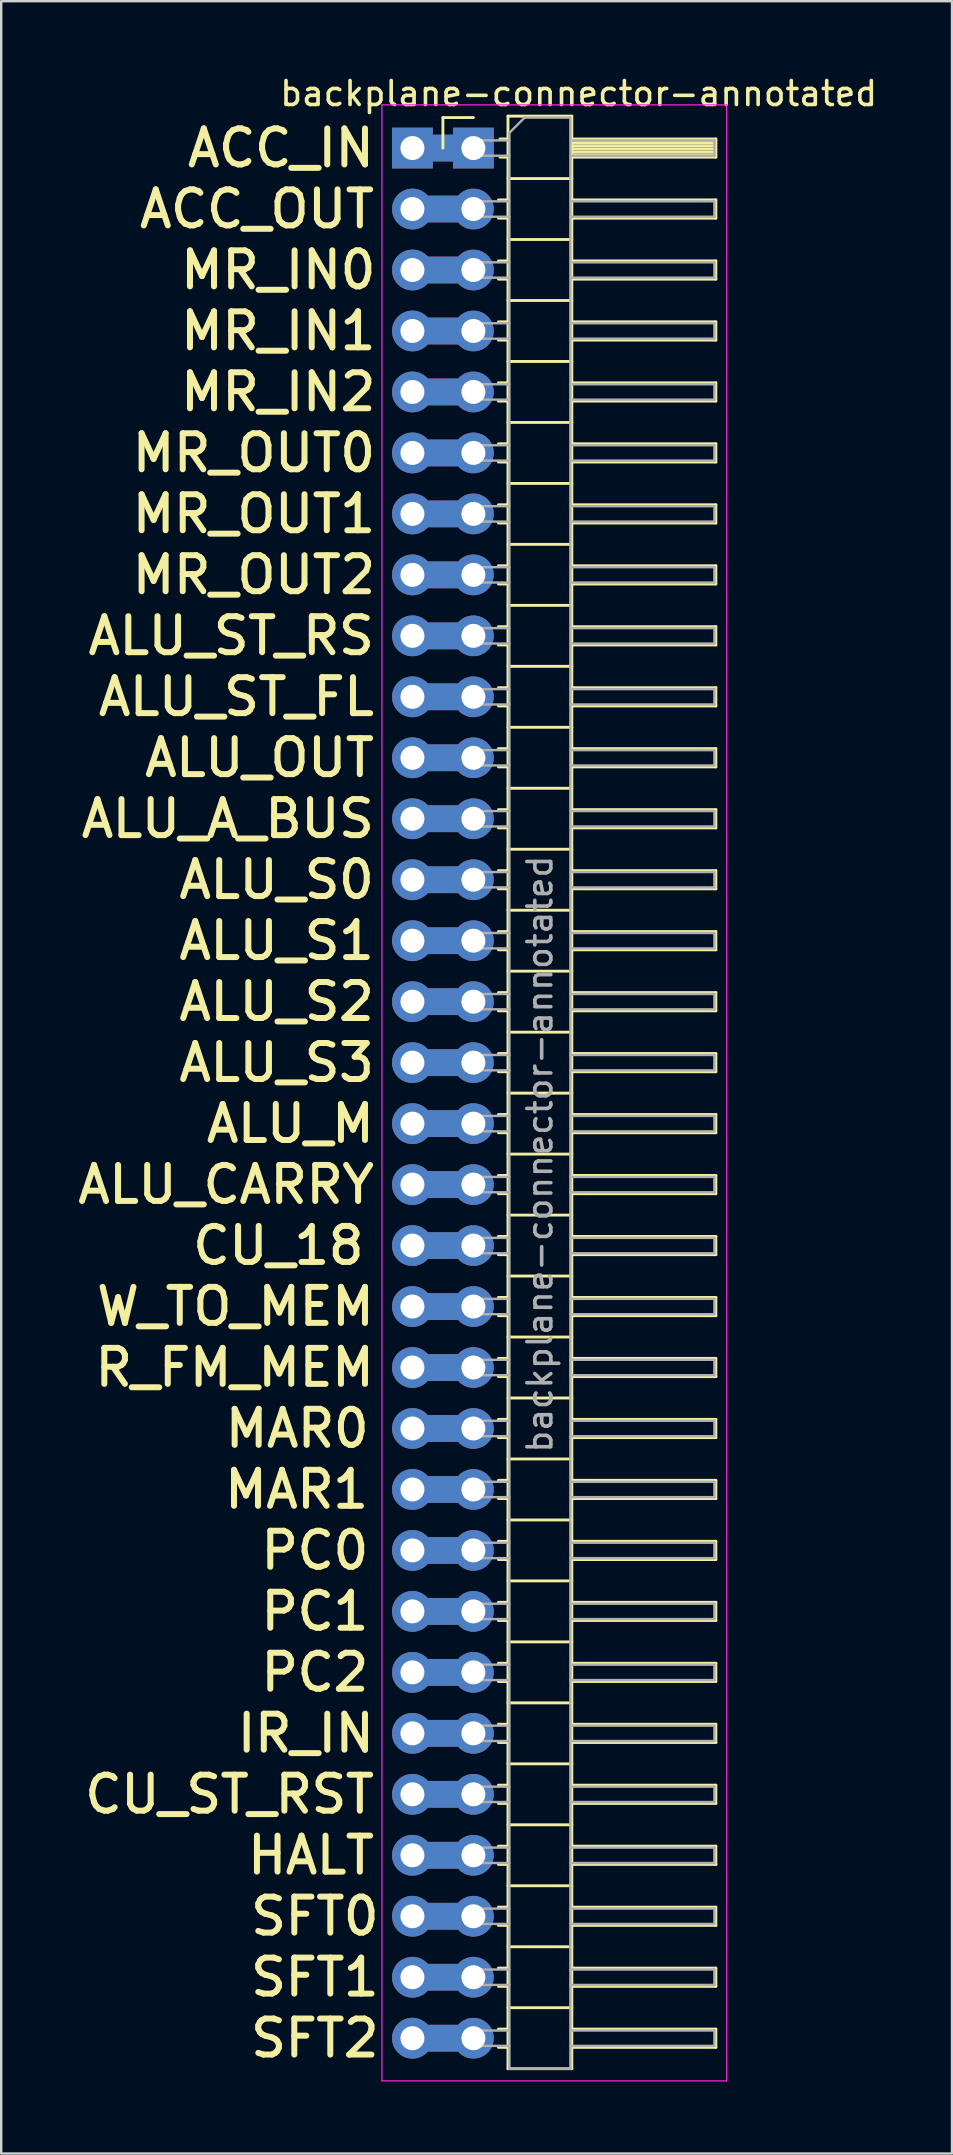
<source format=kicad_pcb>
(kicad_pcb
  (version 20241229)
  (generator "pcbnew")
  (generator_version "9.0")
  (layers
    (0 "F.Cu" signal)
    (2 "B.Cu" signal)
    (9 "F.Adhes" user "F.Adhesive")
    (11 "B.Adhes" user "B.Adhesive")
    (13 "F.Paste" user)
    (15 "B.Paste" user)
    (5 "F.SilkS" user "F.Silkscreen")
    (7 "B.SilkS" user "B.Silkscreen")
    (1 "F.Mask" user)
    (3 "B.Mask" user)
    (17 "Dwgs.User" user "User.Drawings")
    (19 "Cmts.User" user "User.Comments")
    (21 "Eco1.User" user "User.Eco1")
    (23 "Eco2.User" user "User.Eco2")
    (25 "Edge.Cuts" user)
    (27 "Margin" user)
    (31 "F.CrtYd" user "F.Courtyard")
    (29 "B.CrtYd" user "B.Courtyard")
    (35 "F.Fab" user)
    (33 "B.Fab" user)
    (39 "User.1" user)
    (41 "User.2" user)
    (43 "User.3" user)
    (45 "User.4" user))
  (footprint "backplane-connector-annotated"
    (layer "F.Cu")
    (at 16.671 3.118)
    (property "Reference" "backplane-connector-annotated" (at 4.385 -2.27 0) (layer "F.SilkS") (effects (font (size 1 1) (thickness 0.15))))
    (attr through_hole)
    (fp_line (start -1.27 -1.27) (end 0 -1.27) (stroke (width 0.12) (type solid)) (layer "F.SilkS"))
    (fp_line (start -1.27 0) (end -1.27 -1.27) (stroke (width 0.12) (type solid)) (layer "F.SilkS"))
    (fp_line (start 1.043 2.16) (end 1.44 2.16) (stroke (width 0.12) (type solid)) (layer "F.SilkS"))
    (fp_line (start 1.043 2.92) (end 1.44 2.92) (stroke (width 0.12) (type solid)) (layer "F.SilkS"))
    (fp_line (start 1.043 4.7) (end 1.44 4.7) (stroke (width 0.12) (type solid)) (layer "F.SilkS"))
    (fp_line (start 1.043 5.46) (end 1.44 5.46) (stroke (width 0.12) (type solid)) (layer "F.SilkS"))
    (fp_line (start 1.043 7.24) (end 1.44 7.24) (stroke (width 0.12) (type solid)) (layer "F.SilkS"))
    (fp_line (start 1.043 8) (end 1.44 8) (stroke (width 0.12) (type solid)) (layer "F.SilkS"))
    (fp_line (start 1.043 9.78) (end 1.44 9.78) (stroke (width 0.12) (type solid)) (layer "F.SilkS"))
    (fp_line (start 1.043 10.54) (end 1.44 10.54) (stroke (width 0.12) (type solid)) (layer "F.SilkS"))
    (fp_line (start 1.043 12.32) (end 1.44 12.32) (stroke (width 0.12) (type solid)) (layer "F.SilkS"))
    (fp_line (start 1.043 13.08) (end 1.44 13.08) (stroke (width 0.12) (type solid)) (layer "F.SilkS"))
    (fp_line (start 1.043 14.86) (end 1.44 14.86) (stroke (width 0.12) (type solid)) (layer "F.SilkS"))
    (fp_line (start 1.043 15.62) (end 1.44 15.62) (stroke (width 0.12) (type solid)) (layer "F.SilkS"))
    (fp_line (start 1.043 17.4) (end 1.44 17.4) (stroke (width 0.12) (type solid)) (layer "F.SilkS"))
    (fp_line (start 1.043 18.16) (end 1.44 18.16) (stroke (width 0.12) (type solid)) (layer "F.SilkS"))
    (fp_line (start 1.043 19.94) (end 1.44 19.94) (stroke (width 0.12) (type solid)) (layer "F.SilkS"))
    (fp_line (start 1.043 20.7) (end 1.44 20.7) (stroke (width 0.12) (type solid)) (layer "F.SilkS"))
    (fp_line (start 1.043 22.48) (end 1.44 22.48) (stroke (width 0.12) (type solid)) (layer "F.SilkS"))
    (fp_line (start 1.043 23.24) (end 1.44 23.24) (stroke (width 0.12) (type solid)) (layer "F.SilkS"))
    (fp_line (start 1.043 25.02) (end 1.44 25.02) (stroke (width 0.12) (type solid)) (layer "F.SilkS"))
    (fp_line (start 1.043 25.78) (end 1.44 25.78) (stroke (width 0.12) (type solid)) (layer "F.SilkS"))
    (fp_line (start 1.043 27.56) (end 1.44 27.56) (stroke (width 0.12) (type solid)) (layer "F.SilkS"))
    (fp_line (start 1.043 28.32) (end 1.44 28.32) (stroke (width 0.12) (type solid)) (layer "F.SilkS"))
    (fp_line (start 1.043 30.1) (end 1.44 30.1) (stroke (width 0.12) (type solid)) (layer "F.SilkS"))
    (fp_line (start 1.043 30.86) (end 1.44 30.86) (stroke (width 0.12) (type solid)) (layer "F.SilkS"))
    (fp_line (start 1.043 32.64) (end 1.44 32.64) (stroke (width 0.12) (type solid)) (layer "F.SilkS"))
    (fp_line (start 1.043 33.4) (end 1.44 33.4) (stroke (width 0.12) (type solid)) (layer "F.SilkS"))
    (fp_line (start 1.043 35.18) (end 1.44 35.18) (stroke (width 0.12) (type solid)) (layer "F.SilkS"))
    (fp_line (start 1.043 35.94) (end 1.44 35.94) (stroke (width 0.12) (type solid)) (layer "F.SilkS"))
    (fp_line (start 1.043 37.72) (end 1.44 37.72) (stroke (width 0.12) (type solid)) (layer "F.SilkS"))
    (fp_line (start 1.043 38.48) (end 1.44 38.48) (stroke (width 0.12) (type solid)) (layer "F.SilkS"))
    (fp_line (start 1.043 40.26) (end 1.44 40.26) (stroke (width 0.12) (type solid)) (layer "F.SilkS"))
    (fp_line (start 1.043 41.02) (end 1.44 41.02) (stroke (width 0.12) (type solid)) (layer "F.SilkS"))
    (fp_line (start 1.043 42.8) (end 1.44 42.8) (stroke (width 0.12) (type solid)) (layer "F.SilkS"))
    (fp_line (start 1.043 43.56) (end 1.44 43.56) (stroke (width 0.12) (type solid)) (layer "F.SilkS"))
    (fp_line (start 1.043 45.34) (end 1.44 45.34) (stroke (width 0.12) (type solid)) (layer "F.SilkS"))
    (fp_line (start 1.043 46.1) (end 1.44 46.1) (stroke (width 0.12) (type solid)) (layer "F.SilkS"))
    (fp_line (start 1.043 47.88) (end 1.44 47.88) (stroke (width 0.12) (type solid)) (layer "F.SilkS"))
    (fp_line (start 1.043 48.64) (end 1.44 48.64) (stroke (width 0.12) (type solid)) (layer "F.SilkS"))
    (fp_line (start 1.043 50.42) (end 1.44 50.42) (stroke (width 0.12) (type solid)) (layer "F.SilkS"))
    (fp_line (start 1.043 51.18) (end 1.44 51.18) (stroke (width 0.12) (type solid)) (layer "F.SilkS"))
    (fp_line (start 1.043 52.96) (end 1.44 52.96) (stroke (width 0.12) (type solid)) (layer "F.SilkS"))
    (fp_line (start 1.043 53.72) (end 1.44 53.72) (stroke (width 0.12) (type solid)) (layer "F.SilkS"))
    (fp_line (start 1.043 55.5) (end 1.44 55.5) (stroke (width 0.12) (type solid)) (layer "F.SilkS"))
    (fp_line (start 1.043 56.26) (end 1.44 56.26) (stroke (width 0.12) (type solid)) (layer "F.SilkS"))
    (fp_line (start 1.043 58.04) (end 1.44 58.04) (stroke (width 0.12) (type solid)) (layer "F.SilkS"))
    (fp_line (start 1.043 58.8) (end 1.44 58.8) (stroke (width 0.12) (type solid)) (layer "F.SilkS"))
    (fp_line (start 1.043 60.58) (end 1.44 60.58) (stroke (width 0.12) (type solid)) (layer "F.SilkS"))
    (fp_line (start 1.043 61.34) (end 1.44 61.34) (stroke (width 0.12) (type solid)) (layer "F.SilkS"))
    (fp_line (start 1.043 63.12) (end 1.44 63.12) (stroke (width 0.12) (type solid)) (layer "F.SilkS"))
    (fp_line (start 1.043 63.88) (end 1.44 63.88) (stroke (width 0.12) (type solid)) (layer "F.SilkS"))
    (fp_line (start 1.043 65.66) (end 1.44 65.66) (stroke (width 0.12) (type solid)) (layer "F.SilkS"))
    (fp_line (start 1.043 66.42) (end 1.44 66.42) (stroke (width 0.12) (type solid)) (layer "F.SilkS"))
    (fp_line (start 1.043 68.2) (end 1.44 68.2) (stroke (width 0.12) (type solid)) (layer "F.SilkS"))
    (fp_line (start 1.043 68.96) (end 1.44 68.96) (stroke (width 0.12) (type solid)) (layer "F.SilkS"))
    (fp_line (start 1.043 70.74) (end 1.44 70.74) (stroke (width 0.12) (type solid)) (layer "F.SilkS"))
    (fp_line (start 1.043 71.5) (end 1.44 71.5) (stroke (width 0.12) (type solid)) (layer "F.SilkS"))
    (fp_line (start 1.043 73.28) (end 1.44 73.28) (stroke (width 0.12) (type solid)) (layer "F.SilkS"))
    (fp_line (start 1.043 74.04) (end 1.44 74.04) (stroke (width 0.12) (type solid)) (layer "F.SilkS"))
    (fp_line (start 1.043 75.82) (end 1.44 75.82) (stroke (width 0.12) (type solid)) (layer "F.SilkS"))
    (fp_line (start 1.043 76.58) (end 1.44 76.58) (stroke (width 0.12) (type solid)) (layer "F.SilkS"))
    (fp_line (start 1.043 78.36) (end 1.44 78.36) (stroke (width 0.12) (type solid)) (layer "F.SilkS"))
    (fp_line (start 1.043 79.12) (end 1.44 79.12) (stroke (width 0.12) (type solid)) (layer "F.SilkS"))
    (fp_line (start 1.11 -0.38) (end 1.44 -0.38) (stroke (width 0.12) (type solid)) (layer "F.SilkS"))
    (fp_line (start 1.11 0.38) (end 1.44 0.38) (stroke (width 0.12) (type solid)) (layer "F.SilkS"))
    (fp_line (start 1.44 -1.33) (end 1.44 80.01) (stroke (width 0.12) (type solid)) (layer "F.SilkS"))
    (fp_line (start 1.44 1.27) (end 4.1 1.27) (stroke (width 0.12) (type solid)) (layer "F.SilkS"))
    (fp_line (start 1.44 3.81) (end 4.1 3.81) (stroke (width 0.12) (type solid)) (layer "F.SilkS"))
    (fp_line (start 1.44 6.35) (end 4.1 6.35) (stroke (width 0.12) (type solid)) (layer "F.SilkS"))
    (fp_line (start 1.44 8.89) (end 4.1 8.89) (stroke (width 0.12) (type solid)) (layer "F.SilkS"))
    (fp_line (start 1.44 11.43) (end 4.1 11.43) (stroke (width 0.12) (type solid)) (layer "F.SilkS"))
    (fp_line (start 1.44 13.97) (end 4.1 13.97) (stroke (width 0.12) (type solid)) (layer "F.SilkS"))
    (fp_line (start 1.44 16.51) (end 4.1 16.51) (stroke (width 0.12) (type solid)) (layer "F.SilkS"))
    (fp_line (start 1.44 19.05) (end 4.1 19.05) (stroke (width 0.12) (type solid)) (layer "F.SilkS"))
    (fp_line (start 1.44 21.59) (end 4.1 21.59) (stroke (width 0.12) (type solid)) (layer "F.SilkS"))
    (fp_line (start 1.44 24.13) (end 4.1 24.13) (stroke (width 0.12) (type solid)) (layer "F.SilkS"))
    (fp_line (start 1.44 26.67) (end 4.1 26.67) (stroke (width 0.12) (type solid)) (layer "F.SilkS"))
    (fp_line (start 1.44 29.21) (end 4.1 29.21) (stroke (width 0.12) (type solid)) (layer "F.SilkS"))
    (fp_line (start 1.44 31.75) (end 4.1 31.75) (stroke (width 0.12) (type solid)) (layer "F.SilkS"))
    (fp_line (start 1.44 34.29) (end 4.1 34.29) (stroke (width 0.12) (type solid)) (layer "F.SilkS"))
    (fp_line (start 1.44 36.83) (end 4.1 36.83) (stroke (width 0.12) (type solid)) (layer "F.SilkS"))
    (fp_line (start 1.44 39.37) (end 4.1 39.37) (stroke (width 0.12) (type solid)) (layer "F.SilkS"))
    (fp_line (start 1.44 41.91) (end 4.1 41.91) (stroke (width 0.12) (type solid)) (layer "F.SilkS"))
    (fp_line (start 1.44 44.45) (end 4.1 44.45) (stroke (width 0.12) (type solid)) (layer "F.SilkS"))
    (fp_line (start 1.44 46.99) (end 4.1 46.99) (stroke (width 0.12) (type solid)) (layer "F.SilkS"))
    (fp_line (start 1.44 49.53) (end 4.1 49.53) (stroke (width 0.12) (type solid)) (layer "F.SilkS"))
    (fp_line (start 1.44 52.07) (end 4.1 52.07) (stroke (width 0.12) (type solid)) (layer "F.SilkS"))
    (fp_line (start 1.44 54.61) (end 4.1 54.61) (stroke (width 0.12) (type solid)) (layer "F.SilkS"))
    (fp_line (start 1.44 57.15) (end 4.1 57.15) (stroke (width 0.12) (type solid)) (layer "F.SilkS"))
    (fp_line (start 1.44 59.69) (end 4.1 59.69) (stroke (width 0.12) (type solid)) (layer "F.SilkS"))
    (fp_line (start 1.44 62.23) (end 4.1 62.23) (stroke (width 0.12) (type solid)) (layer "F.SilkS"))
    (fp_line (start 1.44 64.77) (end 4.1 64.77) (stroke (width 0.12) (type solid)) (layer "F.SilkS"))
    (fp_line (start 1.44 67.31) (end 4.1 67.31) (stroke (width 0.12) (type solid)) (layer "F.SilkS"))
    (fp_line (start 1.44 69.85) (end 4.1 69.85) (stroke (width 0.12) (type solid)) (layer "F.SilkS"))
    (fp_line (start 1.44 72.39) (end 4.1 72.39) (stroke (width 0.12) (type solid)) (layer "F.SilkS"))
    (fp_line (start 1.44 74.93) (end 4.1 74.93) (stroke (width 0.12) (type solid)) (layer "F.SilkS"))
    (fp_line (start 1.44 77.47) (end 4.1 77.47) (stroke (width 0.12) (type solid)) (layer "F.SilkS"))
    (fp_line (start 1.44 80.01) (end 4.1 80.01) (stroke (width 0.12) (type solid)) (layer "F.SilkS"))
    (fp_line (start 4.1 -1.33) (end 1.44 -1.33) (stroke (width 0.12) (type solid)) (layer "F.SilkS"))
    (fp_line (start 4.1 -0.38) (end 10.1 -0.38) (stroke (width 0.12) (type solid)) (layer "F.SilkS"))
    (fp_line (start 4.1 -0.32) (end 10.1 -0.32) (stroke (width 0.12) (type solid)) (layer "F.SilkS"))
    (fp_line (start 4.1 -0.2) (end 10.1 -0.2) (stroke (width 0.12) (type solid)) (layer "F.SilkS"))
    (fp_line (start 4.1 -0.08) (end 10.1 -0.08) (stroke (width 0.12) (type solid)) (layer "F.SilkS"))
    (fp_line (start 4.1 0.04) (end 10.1 0.04) (stroke (width 0.12) (type solid)) (layer "F.SilkS"))
    (fp_line (start 4.1 0.16) (end 10.1 0.16) (stroke (width 0.12) (type solid)) (layer "F.SilkS"))
    (fp_line (start 4.1 0.28) (end 10.1 0.28) (stroke (width 0.12) (type solid)) (layer "F.SilkS"))
    (fp_line (start 4.1 2.16) (end 10.1 2.16) (stroke (width 0.12) (type solid)) (layer "F.SilkS"))
    (fp_line (start 4.1 4.7) (end 10.1 4.7) (stroke (width 0.12) (type solid)) (layer "F.SilkS"))
    (fp_line (start 4.1 7.24) (end 10.1 7.24) (stroke (width 0.12) (type solid)) (layer "F.SilkS"))
    (fp_line (start 4.1 9.78) (end 10.1 9.78) (stroke (width 0.12) (type solid)) (layer "F.SilkS"))
    (fp_line (start 4.1 12.32) (end 10.1 12.32) (stroke (width 0.12) (type solid)) (layer "F.SilkS"))
    (fp_line (start 4.1 14.86) (end 10.1 14.86) (stroke (width 0.12) (type solid)) (layer "F.SilkS"))
    (fp_line (start 4.1 17.4) (end 10.1 17.4) (stroke (width 0.12) (type solid)) (layer "F.SilkS"))
    (fp_line (start 4.1 19.94) (end 10.1 19.94) (stroke (width 0.12) (type solid)) (layer "F.SilkS"))
    (fp_line (start 4.1 22.48) (end 10.1 22.48) (stroke (width 0.12) (type solid)) (layer "F.SilkS"))
    (fp_line (start 4.1 25.02) (end 10.1 25.02) (stroke (width 0.12) (type solid)) (layer "F.SilkS"))
    (fp_line (start 4.1 27.56) (end 10.1 27.56) (stroke (width 0.12) (type solid)) (layer "F.SilkS"))
    (fp_line (start 4.1 30.1) (end 10.1 30.1) (stroke (width 0.12) (type solid)) (layer "F.SilkS"))
    (fp_line (start 4.1 32.64) (end 10.1 32.64) (stroke (width 0.12) (type solid)) (layer "F.SilkS"))
    (fp_line (start 4.1 35.18) (end 10.1 35.18) (stroke (width 0.12) (type solid)) (layer "F.SilkS"))
    (fp_line (start 4.1 37.72) (end 10.1 37.72) (stroke (width 0.12) (type solid)) (layer "F.SilkS"))
    (fp_line (start 4.1 40.26) (end 10.1 40.26) (stroke (width 0.12) (type solid)) (layer "F.SilkS"))
    (fp_line (start 4.1 42.8) (end 10.1 42.8) (stroke (width 0.12) (type solid)) (layer "F.SilkS"))
    (fp_line (start 4.1 45.34) (end 10.1 45.34) (stroke (width 0.12) (type solid)) (layer "F.SilkS"))
    (fp_line (start 4.1 47.88) (end 10.1 47.88) (stroke (width 0.12) (type solid)) (layer "F.SilkS"))
    (fp_line (start 4.1 50.42) (end 10.1 50.42) (stroke (width 0.12) (type solid)) (layer "F.SilkS"))
    (fp_line (start 4.1 52.96) (end 10.1 52.96) (stroke (width 0.12) (type solid)) (layer "F.SilkS"))
    (fp_line (start 4.1 55.5) (end 10.1 55.5) (stroke (width 0.12) (type solid)) (layer "F.SilkS"))
    (fp_line (start 4.1 58.04) (end 10.1 58.04) (stroke (width 0.12) (type solid)) (layer "F.SilkS"))
    (fp_line (start 4.1 60.58) (end 10.1 60.58) (stroke (width 0.12) (type solid)) (layer "F.SilkS"))
    (fp_line (start 4.1 63.12) (end 10.1 63.12) (stroke (width 0.12) (type solid)) (layer "F.SilkS"))
    (fp_line (start 4.1 65.66) (end 10.1 65.66) (stroke (width 0.12) (type solid)) (layer "F.SilkS"))
    (fp_line (start 4.1 68.2) (end 10.1 68.2) (stroke (width 0.12) (type solid)) (layer "F.SilkS"))
    (fp_line (start 4.1 70.74) (end 10.1 70.74) (stroke (width 0.12) (type solid)) (layer "F.SilkS"))
    (fp_line (start 4.1 73.28) (end 10.1 73.28) (stroke (width 0.12) (type solid)) (layer "F.SilkS"))
    (fp_line (start 4.1 75.82) (end 10.1 75.82) (stroke (width 0.12) (type solid)) (layer "F.SilkS"))
    (fp_line (start 4.1 78.36) (end 10.1 78.36) (stroke (width 0.12) (type solid)) (layer "F.SilkS"))
    (fp_line (start 4.1 80.01) (end 4.1 -1.33) (stroke (width 0.12) (type solid)) (layer "F.SilkS"))
    (fp_line (start 10.1 -0.38) (end 10.1 0.38) (stroke (width 0.12) (type solid)) (layer "F.SilkS"))
    (fp_line (start 10.1 0.38) (end 4.1 0.38) (stroke (width 0.12) (type solid)) (layer "F.SilkS"))
    (fp_line (start 10.1 2.16) (end 10.1 2.92) (stroke (width 0.12) (type solid)) (layer "F.SilkS"))
    (fp_line (start 10.1 2.92) (end 4.1 2.92) (stroke (width 0.12) (type solid)) (layer "F.SilkS"))
    (fp_line (start 10.1 4.7) (end 10.1 5.46) (stroke (width 0.12) (type solid)) (layer "F.SilkS"))
    (fp_line (start 10.1 5.46) (end 4.1 5.46) (stroke (width 0.12) (type solid)) (layer "F.SilkS"))
    (fp_line (start 10.1 7.24) (end 10.1 8) (stroke (width 0.12) (type solid)) (layer "F.SilkS"))
    (fp_line (start 10.1 8) (end 4.1 8) (stroke (width 0.12) (type solid)) (layer "F.SilkS"))
    (fp_line (start 10.1 9.78) (end 10.1 10.54) (stroke (width 0.12) (type solid)) (layer "F.SilkS"))
    (fp_line (start 10.1 10.54) (end 4.1 10.54) (stroke (width 0.12) (type solid)) (layer "F.SilkS"))
    (fp_line (start 10.1 12.32) (end 10.1 13.08) (stroke (width 0.12) (type solid)) (layer "F.SilkS"))
    (fp_line (start 10.1 13.08) (end 4.1 13.08) (stroke (width 0.12) (type solid)) (layer "F.SilkS"))
    (fp_line (start 10.1 14.86) (end 10.1 15.62) (stroke (width 0.12) (type solid)) (layer "F.SilkS"))
    (fp_line (start 10.1 15.62) (end 4.1 15.62) (stroke (width 0.12) (type solid)) (layer "F.SilkS"))
    (fp_line (start 10.1 17.4) (end 10.1 18.16) (stroke (width 0.12) (type solid)) (layer "F.SilkS"))
    (fp_line (start 10.1 18.16) (end 4.1 18.16) (stroke (width 0.12) (type solid)) (layer "F.SilkS"))
    (fp_line (start 10.1 19.94) (end 10.1 20.7) (stroke (width 0.12) (type solid)) (layer "F.SilkS"))
    (fp_line (start 10.1 20.7) (end 4.1 20.7) (stroke (width 0.12) (type solid)) (layer "F.SilkS"))
    (fp_line (start 10.1 22.48) (end 10.1 23.24) (stroke (width 0.12) (type solid)) (layer "F.SilkS"))
    (fp_line (start 10.1 23.24) (end 4.1 23.24) (stroke (width 0.12) (type solid)) (layer "F.SilkS"))
    (fp_line (start 10.1 25.02) (end 10.1 25.78) (stroke (width 0.12) (type solid)) (layer "F.SilkS"))
    (fp_line (start 10.1 25.78) (end 4.1 25.78) (stroke (width 0.12) (type solid)) (layer "F.SilkS"))
    (fp_line (start 10.1 27.56) (end 10.1 28.32) (stroke (width 0.12) (type solid)) (layer "F.SilkS"))
    (fp_line (start 10.1 28.32) (end 4.1 28.32) (stroke (width 0.12) (type solid)) (layer "F.SilkS"))
    (fp_line (start 10.1 30.1) (end 10.1 30.86) (stroke (width 0.12) (type solid)) (layer "F.SilkS"))
    (fp_line (start 10.1 30.86) (end 4.1 30.86) (stroke (width 0.12) (type solid)) (layer "F.SilkS"))
    (fp_line (start 10.1 32.64) (end 10.1 33.4) (stroke (width 0.12) (type solid)) (layer "F.SilkS"))
    (fp_line (start 10.1 33.4) (end 4.1 33.4) (stroke (width 0.12) (type solid)) (layer "F.SilkS"))
    (fp_line (start 10.1 35.18) (end 10.1 35.94) (stroke (width 0.12) (type solid)) (layer "F.SilkS"))
    (fp_line (start 10.1 35.94) (end 4.1 35.94) (stroke (width 0.12) (type solid)) (layer "F.SilkS"))
    (fp_line (start 10.1 37.72) (end 10.1 38.48) (stroke (width 0.12) (type solid)) (layer "F.SilkS"))
    (fp_line (start 10.1 38.48) (end 4.1 38.48) (stroke (width 0.12) (type solid)) (layer "F.SilkS"))
    (fp_line (start 10.1 40.26) (end 10.1 41.02) (stroke (width 0.12) (type solid)) (layer "F.SilkS"))
    (fp_line (start 10.1 41.02) (end 4.1 41.02) (stroke (width 0.12) (type solid)) (layer "F.SilkS"))
    (fp_line (start 10.1 42.8) (end 10.1 43.56) (stroke (width 0.12) (type solid)) (layer "F.SilkS"))
    (fp_line (start 10.1 43.56) (end 4.1 43.56) (stroke (width 0.12) (type solid)) (layer "F.SilkS"))
    (fp_line (start 10.1 45.34) (end 10.1 46.1) (stroke (width 0.12) (type solid)) (layer "F.SilkS"))
    (fp_line (start 10.1 46.1) (end 4.1 46.1) (stroke (width 0.12) (type solid)) (layer "F.SilkS"))
    (fp_line (start 10.1 47.88) (end 10.1 48.64) (stroke (width 0.12) (type solid)) (layer "F.SilkS"))
    (fp_line (start 10.1 48.64) (end 4.1 48.64) (stroke (width 0.12) (type solid)) (layer "F.SilkS"))
    (fp_line (start 10.1 50.42) (end 10.1 51.18) (stroke (width 0.12) (type solid)) (layer "F.SilkS"))
    (fp_line (start 10.1 51.18) (end 4.1 51.18) (stroke (width 0.12) (type solid)) (layer "F.SilkS"))
    (fp_line (start 10.1 52.96) (end 10.1 53.72) (stroke (width 0.12) (type solid)) (layer "F.SilkS"))
    (fp_line (start 10.1 53.72) (end 4.1 53.72) (stroke (width 0.12) (type solid)) (layer "F.SilkS"))
    (fp_line (start 10.1 55.5) (end 10.1 56.26) (stroke (width 0.12) (type solid)) (layer "F.SilkS"))
    (fp_line (start 10.1 56.26) (end 4.1 56.26) (stroke (width 0.12) (type solid)) (layer "F.SilkS"))
    (fp_line (start 10.1 58.04) (end 10.1 58.8) (stroke (width 0.12) (type solid)) (layer "F.SilkS"))
    (fp_line (start 10.1 58.8) (end 4.1 58.8) (stroke (width 0.12) (type solid)) (layer "F.SilkS"))
    (fp_line (start 10.1 60.58) (end 10.1 61.34) (stroke (width 0.12) (type solid)) (layer "F.SilkS"))
    (fp_line (start 10.1 61.34) (end 4.1 61.34) (stroke (width 0.12) (type solid)) (layer "F.SilkS"))
    (fp_line (start 10.1 63.12) (end 10.1 63.88) (stroke (width 0.12) (type solid)) (layer "F.SilkS"))
    (fp_line (start 10.1 63.88) (end 4.1 63.88) (stroke (width 0.12) (type solid)) (layer "F.SilkS"))
    (fp_line (start 10.1 65.66) (end 10.1 66.42) (stroke (width 0.12) (type solid)) (layer "F.SilkS"))
    (fp_line (start 10.1 66.42) (end 4.1 66.42) (stroke (width 0.12) (type solid)) (layer "F.SilkS"))
    (fp_line (start 10.1 68.2) (end 10.1 68.96) (stroke (width 0.12) (type solid)) (layer "F.SilkS"))
    (fp_line (start 10.1 68.96) (end 4.1 68.96) (stroke (width 0.12) (type solid)) (layer "F.SilkS"))
    (fp_line (start 10.1 70.74) (end 10.1 71.5) (stroke (width 0.12) (type solid)) (layer "F.SilkS"))
    (fp_line (start 10.1 71.5) (end 4.1 71.5) (stroke (width 0.12) (type solid)) (layer "F.SilkS"))
    (fp_line (start 10.1 73.28) (end 10.1 74.04) (stroke (width 0.12) (type solid)) (layer "F.SilkS"))
    (fp_line (start 10.1 74.04) (end 4.1 74.04) (stroke (width 0.12) (type solid)) (layer "F.SilkS"))
    (fp_line (start 10.1 75.82) (end 10.1 76.58) (stroke (width 0.12) (type solid)) (layer "F.SilkS"))
    (fp_line (start 10.1 76.58) (end 4.1 76.58) (stroke (width 0.12) (type solid)) (layer "F.SilkS"))
    (fp_line (start 10.1 78.36) (end 10.1 79.12) (stroke (width 0.12) (type solid)) (layer "F.SilkS"))
    (fp_line (start 10.1 79.12) (end 4.1 79.12) (stroke (width 0.12) (type solid)) (layer "F.SilkS"))
    (fp_line (start -3.81 -1.8) (end -3.81 80.518) (stroke (width 0.05) (type solid)) (layer "F.CrtYd"))
    (fp_line (start -3.81 80.518) (end 10.55 80.518) (stroke (width 0.05) (type solid)) (layer "F.CrtYd"))
    (fp_line (start 10.55 -1.8) (end -3.81 -1.8) (stroke (width 0.05) (type solid)) (layer "F.CrtYd"))
    (fp_line (start 10.55 80.518) (end 10.55 -1.8) (stroke (width 0.05) (type solid)) (layer "F.CrtYd"))
    (fp_line (start -0.32 -0.32) (end -0.32 0.32) (stroke (width 0.1) (type solid)) (layer "F.Fab"))
    (fp_line (start -0.32 -0.32) (end 1.5 -0.32) (stroke (width 0.1) (type solid)) (layer "F.Fab"))
    (fp_line (start -0.32 0.32) (end 1.5 0.32) (stroke (width 0.1) (type solid)) (layer "F.Fab"))
    (fp_line (start -0.32 2.22) (end -0.32 2.86) (stroke (width 0.1) (type solid)) (layer "F.Fab"))
    (fp_line (start -0.32 2.22) (end 1.5 2.22) (stroke (width 0.1) (type solid)) (layer "F.Fab"))
    (fp_line (start -0.32 2.86) (end 1.5 2.86) (stroke (width 0.1) (type solid)) (layer "F.Fab"))
    (fp_line (start -0.32 4.76) (end -0.32 5.4) (stroke (width 0.1) (type solid)) (layer "F.Fab"))
    (fp_line (start -0.32 4.76) (end 1.5 4.76) (stroke (width 0.1) (type solid)) (layer "F.Fab"))
    (fp_line (start -0.32 5.4) (end 1.5 5.4) (stroke (width 0.1) (type solid)) (layer "F.Fab"))
    (fp_line (start -0.32 7.3) (end -0.32 7.94) (stroke (width 0.1) (type solid)) (layer "F.Fab"))
    (fp_line (start -0.32 7.3) (end 1.5 7.3) (stroke (width 0.1) (type solid)) (layer "F.Fab"))
    (fp_line (start -0.32 7.94) (end 1.5 7.94) (stroke (width 0.1) (type solid)) (layer "F.Fab"))
    (fp_line (start -0.32 9.84) (end -0.32 10.48) (stroke (width 0.1) (type solid)) (layer "F.Fab"))
    (fp_line (start -0.32 9.84) (end 1.5 9.84) (stroke (width 0.1) (type solid)) (layer "F.Fab"))
    (fp_line (start -0.32 10.48) (end 1.5 10.48) (stroke (width 0.1) (type solid)) (layer "F.Fab"))
    (fp_line (start -0.32 12.38) (end -0.32 13.02) (stroke (width 0.1) (type solid)) (layer "F.Fab"))
    (fp_line (start -0.32 12.38) (end 1.5 12.38) (stroke (width 0.1) (type solid)) (layer "F.Fab"))
    (fp_line (start -0.32 13.02) (end 1.5 13.02) (stroke (width 0.1) (type solid)) (layer "F.Fab"))
    (fp_line (start -0.32 14.92) (end -0.32 15.56) (stroke (width 0.1) (type solid)) (layer "F.Fab"))
    (fp_line (start -0.32 14.92) (end 1.5 14.92) (stroke (width 0.1) (type solid)) (layer "F.Fab"))
    (fp_line (start -0.32 15.56) (end 1.5 15.56) (stroke (width 0.1) (type solid)) (layer "F.Fab"))
    (fp_line (start -0.32 17.46) (end -0.32 18.1) (stroke (width 0.1) (type solid)) (layer "F.Fab"))
    (fp_line (start -0.32 17.46) (end 1.5 17.46) (stroke (width 0.1) (type solid)) (layer "F.Fab"))
    (fp_line (start -0.32 18.1) (end 1.5 18.1) (stroke (width 0.1) (type solid)) (layer "F.Fab"))
    (fp_line (start -0.32 20) (end -0.32 20.64) (stroke (width 0.1) (type solid)) (layer "F.Fab"))
    (fp_line (start -0.32 20) (end 1.5 20) (stroke (width 0.1) (type solid)) (layer "F.Fab"))
    (fp_line (start -0.32 20.64) (end 1.5 20.64) (stroke (width 0.1) (type solid)) (layer "F.Fab"))
    (fp_line (start -0.32 22.54) (end -0.32 23.18) (stroke (width 0.1) (type solid)) (layer "F.Fab"))
    (fp_line (start -0.32 22.54) (end 1.5 22.54) (stroke (width 0.1) (type solid)) (layer "F.Fab"))
    (fp_line (start -0.32 23.18) (end 1.5 23.18) (stroke (width 0.1) (type solid)) (layer "F.Fab"))
    (fp_line (start -0.32 25.08) (end -0.32 25.72) (stroke (width 0.1) (type solid)) (layer "F.Fab"))
    (fp_line (start -0.32 25.08) (end 1.5 25.08) (stroke (width 0.1) (type solid)) (layer "F.Fab"))
    (fp_line (start -0.32 25.72) (end 1.5 25.72) (stroke (width 0.1) (type solid)) (layer "F.Fab"))
    (fp_line (start -0.32 27.62) (end -0.32 28.26) (stroke (width 0.1) (type solid)) (layer "F.Fab"))
    (fp_line (start -0.32 27.62) (end 1.5 27.62) (stroke (width 0.1) (type solid)) (layer "F.Fab"))
    (fp_line (start -0.32 28.26) (end 1.5 28.26) (stroke (width 0.1) (type solid)) (layer "F.Fab"))
    (fp_line (start -0.32 30.16) (end -0.32 30.8) (stroke (width 0.1) (type solid)) (layer "F.Fab"))
    (fp_line (start -0.32 30.16) (end 1.5 30.16) (stroke (width 0.1) (type solid)) (layer "F.Fab"))
    (fp_line (start -0.32 30.8) (end 1.5 30.8) (stroke (width 0.1) (type solid)) (layer "F.Fab"))
    (fp_line (start -0.32 32.7) (end -0.32 33.34) (stroke (width 0.1) (type solid)) (layer "F.Fab"))
    (fp_line (start -0.32 32.7) (end 1.5 32.7) (stroke (width 0.1) (type solid)) (layer "F.Fab"))
    (fp_line (start -0.32 33.34) (end 1.5 33.34) (stroke (width 0.1) (type solid)) (layer "F.Fab"))
    (fp_line (start -0.32 35.24) (end -0.32 35.88) (stroke (width 0.1) (type solid)) (layer "F.Fab"))
    (fp_line (start -0.32 35.24) (end 1.5 35.24) (stroke (width 0.1) (type solid)) (layer "F.Fab"))
    (fp_line (start -0.32 35.88) (end 1.5 35.88) (stroke (width 0.1) (type solid)) (layer "F.Fab"))
    (fp_line (start -0.32 37.78) (end -0.32 38.42) (stroke (width 0.1) (type solid)) (layer "F.Fab"))
    (fp_line (start -0.32 37.78) (end 1.5 37.78) (stroke (width 0.1) (type solid)) (layer "F.Fab"))
    (fp_line (start -0.32 38.42) (end 1.5 38.42) (stroke (width 0.1) (type solid)) (layer "F.Fab"))
    (fp_line (start -0.32 40.32) (end -0.32 40.96) (stroke (width 0.1) (type solid)) (layer "F.Fab"))
    (fp_line (start -0.32 40.32) (end 1.5 40.32) (stroke (width 0.1) (type solid)) (layer "F.Fab"))
    (fp_line (start -0.32 40.96) (end 1.5 40.96) (stroke (width 0.1) (type solid)) (layer "F.Fab"))
    (fp_line (start -0.32 42.86) (end -0.32 43.5) (stroke (width 0.1) (type solid)) (layer "F.Fab"))
    (fp_line (start -0.32 42.86) (end 1.5 42.86) (stroke (width 0.1) (type solid)) (layer "F.Fab"))
    (fp_line (start -0.32 43.5) (end 1.5 43.5) (stroke (width 0.1) (type solid)) (layer "F.Fab"))
    (fp_line (start -0.32 45.4) (end -0.32 46.04) (stroke (width 0.1) (type solid)) (layer "F.Fab"))
    (fp_line (start -0.32 45.4) (end 1.5 45.4) (stroke (width 0.1) (type solid)) (layer "F.Fab"))
    (fp_line (start -0.32 46.04) (end 1.5 46.04) (stroke (width 0.1) (type solid)) (layer "F.Fab"))
    (fp_line (start -0.32 47.94) (end -0.32 48.58) (stroke (width 0.1) (type solid)) (layer "F.Fab"))
    (fp_line (start -0.32 47.94) (end 1.5 47.94) (stroke (width 0.1) (type solid)) (layer "F.Fab"))
    (fp_line (start -0.32 48.58) (end 1.5 48.58) (stroke (width 0.1) (type solid)) (layer "F.Fab"))
    (fp_line (start -0.32 50.48) (end -0.32 51.12) (stroke (width 0.1) (type solid)) (layer "F.Fab"))
    (fp_line (start -0.32 50.48) (end 1.5 50.48) (stroke (width 0.1) (type solid)) (layer "F.Fab"))
    (fp_line (start -0.32 51.12) (end 1.5 51.12) (stroke (width 0.1) (type solid)) (layer "F.Fab"))
    (fp_line (start -0.32 53.02) (end -0.32 53.66) (stroke (width 0.1) (type solid)) (layer "F.Fab"))
    (fp_line (start -0.32 53.02) (end 1.5 53.02) (stroke (width 0.1) (type solid)) (layer "F.Fab"))
    (fp_line (start -0.32 53.66) (end 1.5 53.66) (stroke (width 0.1) (type solid)) (layer "F.Fab"))
    (fp_line (start -0.32 55.56) (end -0.32 56.2) (stroke (width 0.1) (type solid)) (layer "F.Fab"))
    (fp_line (start -0.32 55.56) (end 1.5 55.56) (stroke (width 0.1) (type solid)) (layer "F.Fab"))
    (fp_line (start -0.32 56.2) (end 1.5 56.2) (stroke (width 0.1) (type solid)) (layer "F.Fab"))
    (fp_line (start -0.32 58.1) (end -0.32 58.74) (stroke (width 0.1) (type solid)) (layer "F.Fab"))
    (fp_line (start -0.32 58.1) (end 1.5 58.1) (stroke (width 0.1) (type solid)) (layer "F.Fab"))
    (fp_line (start -0.32 58.74) (end 1.5 58.74) (stroke (width 0.1) (type solid)) (layer "F.Fab"))
    (fp_line (start -0.32 60.64) (end -0.32 61.28) (stroke (width 0.1) (type solid)) (layer "F.Fab"))
    (fp_line (start -0.32 60.64) (end 1.5 60.64) (stroke (width 0.1) (type solid)) (layer "F.Fab"))
    (fp_line (start -0.32 61.28) (end 1.5 61.28) (stroke (width 0.1) (type solid)) (layer "F.Fab"))
    (fp_line (start -0.32 63.18) (end -0.32 63.82) (stroke (width 0.1) (type solid)) (layer "F.Fab"))
    (fp_line (start -0.32 63.18) (end 1.5 63.18) (stroke (width 0.1) (type solid)) (layer "F.Fab"))
    (fp_line (start -0.32 63.82) (end 1.5 63.82) (stroke (width 0.1) (type solid)) (layer "F.Fab"))
    (fp_line (start -0.32 65.72) (end -0.32 66.36) (stroke (width 0.1) (type solid)) (layer "F.Fab"))
    (fp_line (start -0.32 65.72) (end 1.5 65.72) (stroke (width 0.1) (type solid)) (layer "F.Fab"))
    (fp_line (start -0.32 66.36) (end 1.5 66.36) (stroke (width 0.1) (type solid)) (layer "F.Fab"))
    (fp_line (start -0.32 68.26) (end -0.32 68.9) (stroke (width 0.1) (type solid)) (layer "F.Fab"))
    (fp_line (start -0.32 68.26) (end 1.5 68.26) (stroke (width 0.1) (type solid)) (layer "F.Fab"))
    (fp_line (start -0.32 68.9) (end 1.5 68.9) (stroke (width 0.1) (type solid)) (layer "F.Fab"))
    (fp_line (start -0.32 70.8) (end -0.32 71.44) (stroke (width 0.1) (type solid)) (layer "F.Fab"))
    (fp_line (start -0.32 70.8) (end 1.5 70.8) (stroke (width 0.1) (type solid)) (layer "F.Fab"))
    (fp_line (start -0.32 71.44) (end 1.5 71.44) (stroke (width 0.1) (type solid)) (layer "F.Fab"))
    (fp_line (start -0.32 73.34) (end -0.32 73.98) (stroke (width 0.1) (type solid)) (layer "F.Fab"))
    (fp_line (start -0.32 73.34) (end 1.5 73.34) (stroke (width 0.1) (type solid)) (layer "F.Fab"))
    (fp_line (start -0.32 73.98) (end 1.5 73.98) (stroke (width 0.1) (type solid)) (layer "F.Fab"))
    (fp_line (start -0.32 75.88) (end -0.32 76.52) (stroke (width 0.1) (type solid)) (layer "F.Fab"))
    (fp_line (start -0.32 75.88) (end 1.5 75.88) (stroke (width 0.1) (type solid)) (layer "F.Fab"))
    (fp_line (start -0.32 76.52) (end 1.5 76.52) (stroke (width 0.1) (type solid)) (layer "F.Fab"))
    (fp_line (start -0.32 78.42) (end -0.32 79.06) (stroke (width 0.1) (type solid)) (layer "F.Fab"))
    (fp_line (start -0.32 78.42) (end 1.5 78.42) (stroke (width 0.1) (type solid)) (layer "F.Fab"))
    (fp_line (start -0.32 79.06) (end 1.5 79.06) (stroke (width 0.1) (type solid)) (layer "F.Fab"))
    (fp_line (start 1.5 -0.635) (end 2.135 -1.27) (stroke (width 0.1) (type solid)) (layer "F.Fab"))
    (fp_line (start 1.5 80) (end 4.04 80) (stroke (width 0.12) (type solid)) (layer "F.Fab"))
    (fp_line (start 1.5 80.01) (end 1.5 -0.635) (stroke (width 0.1) (type solid)) (layer "F.Fab"))
    (fp_line (start 2.135 -1.27) (end 4.04 -1.27) (stroke (width 0.1) (type solid)) (layer "F.Fab"))
    (fp_line (start 4.04 -1.27) (end 4.04 80.01) (stroke (width 0.1) (type solid)) (layer "F.Fab"))
    (fp_line (start 4.04 -0.32) (end 10.04 -0.32) (stroke (width 0.1) (type solid)) (layer "F.Fab"))
    (fp_line (start 4.04 0.32) (end 10.04 0.32) (stroke (width 0.1) (type solid)) (layer "F.Fab"))
    (fp_line (start 4.04 2.22) (end 10.04 2.22) (stroke (width 0.1) (type solid)) (layer "F.Fab"))
    (fp_line (start 4.04 2.86) (end 10.04 2.86) (stroke (width 0.1) (type solid)) (layer "F.Fab"))
    (fp_line (start 4.04 4.76) (end 10.04 4.76) (stroke (width 0.1) (type solid)) (layer "F.Fab"))
    (fp_line (start 4.04 5.4) (end 10.04 5.4) (stroke (width 0.1) (type solid)) (layer "F.Fab"))
    (fp_line (start 4.04 7.3) (end 10.04 7.3) (stroke (width 0.1) (type solid)) (layer "F.Fab"))
    (fp_line (start 4.04 7.94) (end 10.04 7.94) (stroke (width 0.1) (type solid)) (layer "F.Fab"))
    (fp_line (start 4.04 9.84) (end 10.04 9.84) (stroke (width 0.1) (type solid)) (layer "F.Fab"))
    (fp_line (start 4.04 10.48) (end 10.04 10.48) (stroke (width 0.1) (type solid)) (layer "F.Fab"))
    (fp_line (start 4.04 12.38) (end 10.04 12.38) (stroke (width 0.1) (type solid)) (layer "F.Fab"))
    (fp_line (start 4.04 13.02) (end 10.04 13.02) (stroke (width 0.1) (type solid)) (layer "F.Fab"))
    (fp_line (start 4.04 14.92) (end 10.04 14.92) (stroke (width 0.1) (type solid)) (layer "F.Fab"))
    (fp_line (start 4.04 15.56) (end 10.04 15.56) (stroke (width 0.1) (type solid)) (layer "F.Fab"))
    (fp_line (start 4.04 17.46) (end 10.04 17.46) (stroke (width 0.1) (type solid)) (layer "F.Fab"))
    (fp_line (start 4.04 18.1) (end 10.04 18.1) (stroke (width 0.1) (type solid)) (layer "F.Fab"))
    (fp_line (start 4.04 20) (end 10.04 20) (stroke (width 0.1) (type solid)) (layer "F.Fab"))
    (fp_line (start 4.04 20.64) (end 10.04 20.64) (stroke (width 0.1) (type solid)) (layer "F.Fab"))
    (fp_line (start 4.04 22.54) (end 10.04 22.54) (stroke (width 0.1) (type solid)) (layer "F.Fab"))
    (fp_line (start 4.04 23.18) (end 10.04 23.18) (stroke (width 0.1) (type solid)) (layer "F.Fab"))
    (fp_line (start 4.04 25.08) (end 10.04 25.08) (stroke (width 0.1) (type solid)) (layer "F.Fab"))
    (fp_line (start 4.04 25.72) (end 10.04 25.72) (stroke (width 0.1) (type solid)) (layer "F.Fab"))
    (fp_line (start 4.04 27.62) (end 10.04 27.62) (stroke (width 0.1) (type solid)) (layer "F.Fab"))
    (fp_line (start 4.04 28.26) (end 10.04 28.26) (stroke (width 0.1) (type solid)) (layer "F.Fab"))
    (fp_line (start 4.04 30.16) (end 10.04 30.16) (stroke (width 0.1) (type solid)) (layer "F.Fab"))
    (fp_line (start 4.04 30.8) (end 10.04 30.8) (stroke (width 0.1) (type solid)) (layer "F.Fab"))
    (fp_line (start 4.04 32.7) (end 10.04 32.7) (stroke (width 0.1) (type solid)) (layer "F.Fab"))
    (fp_line (start 4.04 33.34) (end 10.04 33.34) (stroke (width 0.1) (type solid)) (layer "F.Fab"))
    (fp_line (start 4.04 35.24) (end 10.04 35.24) (stroke (width 0.1) (type solid)) (layer "F.Fab"))
    (fp_line (start 4.04 35.88) (end 10.04 35.88) (stroke (width 0.1) (type solid)) (layer "F.Fab"))
    (fp_line (start 4.04 37.78) (end 10.04 37.78) (stroke (width 0.1) (type solid)) (layer "F.Fab"))
    (fp_line (start 4.04 38.42) (end 10.04 38.42) (stroke (width 0.1) (type solid)) (layer "F.Fab"))
    (fp_line (start 4.04 40.32) (end 10.04 40.32) (stroke (width 0.1) (type solid)) (layer "F.Fab"))
    (fp_line (start 4.04 40.96) (end 10.04 40.96) (stroke (width 0.1) (type solid)) (layer "F.Fab"))
    (fp_line (start 4.04 42.86) (end 10.04 42.86) (stroke (width 0.1) (type solid)) (layer "F.Fab"))
    (fp_line (start 4.04 43.5) (end 10.04 43.5) (stroke (width 0.1) (type solid)) (layer "F.Fab"))
    (fp_line (start 4.04 45.4) (end 10.04 45.4) (stroke (width 0.1) (type solid)) (layer "F.Fab"))
    (fp_line (start 4.04 46.04) (end 10.04 46.04) (stroke (width 0.1) (type solid)) (layer "F.Fab"))
    (fp_line (start 4.04 47.94) (end 10.04 47.94) (stroke (width 0.1) (type solid)) (layer "F.Fab"))
    (fp_line (start 4.04 48.58) (end 10.04 48.58) (stroke (width 0.1) (type solid)) (layer "F.Fab"))
    (fp_line (start 4.04 50.48) (end 10.04 50.48) (stroke (width 0.1) (type solid)) (layer "F.Fab"))
    (fp_line (start 4.04 51.12) (end 10.04 51.12) (stroke (width 0.1) (type solid)) (layer "F.Fab"))
    (fp_line (start 4.04 53.02) (end 10.04 53.02) (stroke (width 0.1) (type solid)) (layer "F.Fab"))
    (fp_line (start 4.04 53.66) (end 10.04 53.66) (stroke (width 0.1) (type solid)) (layer "F.Fab"))
    (fp_line (start 4.04 55.56) (end 10.04 55.56) (stroke (width 0.1) (type solid)) (layer "F.Fab"))
    (fp_line (start 4.04 56.2) (end 10.04 56.2) (stroke (width 0.1) (type solid)) (layer "F.Fab"))
    (fp_line (start 4.04 58.1) (end 10.04 58.1) (stroke (width 0.1) (type solid)) (layer "F.Fab"))
    (fp_line (start 4.04 58.74) (end 10.04 58.74) (stroke (width 0.1) (type solid)) (layer "F.Fab"))
    (fp_line (start 4.04 60.64) (end 10.04 60.64) (stroke (width 0.1) (type solid)) (layer "F.Fab"))
    (fp_line (start 4.04 61.28) (end 10.04 61.28) (stroke (width 0.1) (type solid)) (layer "F.Fab"))
    (fp_line (start 4.04 63.18) (end 10.04 63.18) (stroke (width 0.1) (type solid)) (layer "F.Fab"))
    (fp_line (start 4.04 63.82) (end 10.04 63.82) (stroke (width 0.1) (type solid)) (layer "F.Fab"))
    (fp_line (start 4.04 65.72) (end 10.04 65.72) (stroke (width 0.1) (type solid)) (layer "F.Fab"))
    (fp_line (start 4.04 66.36) (end 10.04 66.36) (stroke (width 0.1) (type solid)) (layer "F.Fab"))
    (fp_line (start 4.04 68.26) (end 10.04 68.26) (stroke (width 0.1) (type solid)) (layer "F.Fab"))
    (fp_line (start 4.04 68.9) (end 10.04 68.9) (stroke (width 0.1) (type solid)) (layer "F.Fab"))
    (fp_line (start 4.04 70.8) (end 10.04 70.8) (stroke (width 0.1) (type solid)) (layer "F.Fab"))
    (fp_line (start 4.04 71.44) (end 10.04 71.44) (stroke (width 0.1) (type solid)) (layer "F.Fab"))
    (fp_line (start 4.04 73.34) (end 10.04 73.34) (stroke (width 0.1) (type solid)) (layer "F.Fab"))
    (fp_line (start 4.04 73.98) (end 10.04 73.98) (stroke (width 0.1) (type solid)) (layer "F.Fab"))
    (fp_line (start 4.04 75.88) (end 10.04 75.88) (stroke (width 0.1) (type solid)) (layer "F.Fab"))
    (fp_line (start 4.04 76.52) (end 10.04 76.52) (stroke (width 0.1) (type solid)) (layer "F.Fab"))
    (fp_line (start 4.04 78.42) (end 10.04 78.42) (stroke (width 0.1) (type solid)) (layer "F.Fab"))
    (fp_line (start 4.04 79.06) (end 10.04 79.06) (stroke (width 0.1) (type solid)) (layer "F.Fab"))
    (fp_line (start 10.04 -0.32) (end 10.04 0.32) (stroke (width 0.1) (type solid)) (layer "F.Fab"))
    (fp_line (start 10.04 2.22) (end 10.04 2.86) (stroke (width 0.1) (type solid)) (layer "F.Fab"))
    (fp_line (start 10.04 4.76) (end 10.04 5.4) (stroke (width 0.1) (type solid)) (layer "F.Fab"))
    (fp_line (start 10.04 7.3) (end 10.04 7.94) (stroke (width 0.1) (type solid)) (layer "F.Fab"))
    (fp_line (start 10.04 9.84) (end 10.04 10.48) (stroke (width 0.1) (type solid)) (layer "F.Fab"))
    (fp_line (start 10.04 12.38) (end 10.04 13.02) (stroke (width 0.1) (type solid)) (layer "F.Fab"))
    (fp_line (start 10.04 14.92) (end 10.04 15.56) (stroke (width 0.1) (type solid)) (layer "F.Fab"))
    (fp_line (start 10.04 17.46) (end 10.04 18.1) (stroke (width 0.1) (type solid)) (layer "F.Fab"))
    (fp_line (start 10.04 20) (end 10.04 20.64) (stroke (width 0.1) (type solid)) (layer "F.Fab"))
    (fp_line (start 10.04 22.54) (end 10.04 23.18) (stroke (width 0.1) (type solid)) (layer "F.Fab"))
    (fp_line (start 10.04 25.08) (end 10.04 25.72) (stroke (width 0.1) (type solid)) (layer "F.Fab"))
    (fp_line (start 10.04 27.62) (end 10.04 28.26) (stroke (width 0.1) (type solid)) (layer "F.Fab"))
    (fp_line (start 10.04 30.16) (end 10.04 30.8) (stroke (width 0.1) (type solid)) (layer "F.Fab"))
    (fp_line (start 10.04 32.7) (end 10.04 33.34) (stroke (width 0.1) (type solid)) (layer "F.Fab"))
    (fp_line (start 10.04 35.24) (end 10.04 35.88) (stroke (width 0.1) (type solid)) (layer "F.Fab"))
    (fp_line (start 10.04 37.78) (end 10.04 38.42) (stroke (width 0.1) (type solid)) (layer "F.Fab"))
    (fp_line (start 10.04 40.32) (end 10.04 40.96) (stroke (width 0.1) (type solid)) (layer "F.Fab"))
    (fp_line (start 10.04 42.86) (end 10.04 43.5) (stroke (width 0.1) (type solid)) (layer "F.Fab"))
    (fp_line (start 10.04 45.4) (end 10.04 46.04) (stroke (width 0.1) (type solid)) (layer "F.Fab"))
    (fp_line (start 10.04 47.94) (end 10.04 48.58) (stroke (width 0.1) (type solid)) (layer "F.Fab"))
    (fp_line (start 10.04 50.48) (end 10.04 51.12) (stroke (width 0.1) (type solid)) (layer "F.Fab"))
    (fp_line (start 10.04 53.02) (end 10.04 53.66) (stroke (width 0.1) (type solid)) (layer "F.Fab"))
    (fp_line (start 10.04 55.56) (end 10.04 56.2) (stroke (width 0.1) (type solid)) (layer "F.Fab"))
    (fp_line (start 10.04 58.1) (end 10.04 58.74) (stroke (width 0.1) (type solid)) (layer "F.Fab"))
    (fp_line (start 10.04 60.64) (end 10.04 61.28) (stroke (width 0.1) (type solid)) (layer "F.Fab"))
    (fp_line (start 10.04 63.18) (end 10.04 63.82) (stroke (width 0.1) (type solid)) (layer "F.Fab"))
    (fp_line (start 10.04 65.72) (end 10.04 66.36) (stroke (width 0.1) (type solid)) (layer "F.Fab"))
    (fp_line (start 10.04 68.26) (end 10.04 68.9) (stroke (width 0.1) (type solid)) (layer "F.Fab"))
    (fp_line (start 10.04 70.8) (end 10.04 71.44) (stroke (width 0.1) (type solid)) (layer "F.Fab"))
    (fp_line (start 10.04 73.34) (end 10.04 73.98) (stroke (width 0.1) (type solid)) (layer "F.Fab"))
    (fp_line (start 10.04 75.88) (end 10.04 76.52) (stroke (width 0.1) (type solid)) (layer "F.Fab"))
    (fp_line (start 10.04 78.42) (end 10.04 79.06) (stroke (width 0.1) (type solid)) (layer "F.Fab"))
    (fp_text user "MAR0" (at -7.339 53.34 0) (layer "F.SilkS") (effects (font (size 1.5 1.5) (thickness 0.25))))
    (fp_text user "ALU_S1" (at -8.196 33.02 0) (layer "F.SilkS") (effects (font (size 1.5 1.5) (thickness 0.25))))
    (fp_text user "ALU_A_BUS" (at -10.231 27.94 0) (layer "F.SilkS") (effects (font (size 1.5 1.5) (thickness 0.25))))
    (fp_text user "ALU_CARRY" (at -10.303 43.18 0) (layer "F.SilkS") (effects (font (size 1.5 1.5) (thickness 0.25))))
    (fp_text user "ALU_ST_RS" (at -10.089 20.32 0) (layer "F.SilkS") (effects (font (size 1.5 1.5) (thickness 0.25))))
    (fp_text user "HALT" (at -6.767 71.12 0) (layer "F.SilkS") (effects (font (size 1.5 1.5) (thickness 0.25))))
    (fp_text user "MR_OUT2" (at -9.144 17.78 0) (layer "F.SilkS") (effects (font (size 1.5 1.5) (thickness 0.25))))
    (fp_text user "IR_IN" (at -6.981 66.04 0) (layer "F.SilkS") (effects (font (size 1.5 1.5) (thickness 0.25))))
    (fp_text user "SFT2" (at -6.604 78.74 0) (layer "F.SilkS") (effects (font (size 1.5 1.5) (thickness 0.25))))
    (fp_text user "MR_OUT1" (at -9.144 15.24 0) (layer "F.SilkS") (effects (font (size 1.5 1.5) (thickness 0.25))))
    (fp_text user "MR_IN0" (at -8.128 5.08 0) (layer "F.SilkS") (effects (font (size 1.5 1.5) (thickness 0.25))))
    (fp_text user "CU_18" (at -8.124 45.72 0) (layer "F.SilkS") (effects (font (size 1.5 1.5) (thickness 0.25))))
    (fp_text user "PC0" (at -6.604 58.42 0) (layer "F.SilkS") (effects (font (size 1.5 1.5) (thickness 0.25))))
    (fp_text user "MR_OUT0" (at -9.144 12.7 0) (layer "F.SilkS") (effects (font (size 1.5 1.5) (thickness 0.25))))
    (fp_text user "ALU_S3" (at -8.196 38.1 0) (layer "F.SilkS") (effects (font (size 1.5 1.5) (thickness 0.25))))
    (fp_text user "ALU_ST_FL" (at -9.874 22.86 0) (layer "F.SilkS") (effects (font (size 1.5 1.5) (thickness 0.25))))
    (fp_text user "PC1" (at -6.604 60.96 0) (layer "F.SilkS") (effects (font (size 1.5 1.5) (thickness 0.25))))
    (fp_text user "MR_IN2" (at -8.128 10.16 0) (layer "F.SilkS") (effects (font (size 1.5 1.5) (thickness 0.25))))
    (fp_text user "R_FM_MEM" (at -9.946 50.8 0) (layer "F.SilkS") (effects (font (size 1.5 1.5) (thickness 0.25))))
    (fp_text user "ACC_OUT" (at -9.017 2.54 0) (layer "F.SilkS") (effects (font (size 1.5 1.5) (thickness 0.25))))
    (fp_text user "SFT0" (at -6.604 73.66 0) (layer "F.SilkS") (effects (font (size 1.5 1.5) (thickness 0.25))))
    (fp_text user "ALU_OUT" (at -8.91 25.4 0) (layer "F.SilkS") (effects (font (size 1.5 1.5) (thickness 0.25))))
    (fp_text user "ALU_S2" (at -8.196 35.56 0) (layer "F.SilkS") (effects (font (size 1.5 1.5) (thickness 0.25))))
    (fp_text user "SFT1" (at -6.604 76.2 0) (layer "F.SilkS") (effects (font (size 1.5 1.5) (thickness 0.25))))
    (fp_text user "MAR1" (at -7.366 55.88 0) (layer "F.SilkS") (effects (font (size 1.5 1.5) (thickness 0.25))))
    (fp_text user "PC2" (at -6.604 63.5 0) (layer "F.SilkS") (effects (font (size 1.5 1.5) (thickness 0.25))))
    (fp_text user "ACC_IN" (at -8.017 0 0) (layer "F.SilkS") (effects (font (size 1.5 1.5) (thickness 0.25))))
    (fp_text user "MR_IN1" (at -8.128 7.62 0) (layer "F.SilkS") (effects (font (size 1.5 1.5) (thickness 0.25))))
    (fp_text user "CU_ST_RST" (at -10.16 68.58 0) (layer "F.SilkS") (effects (font (size 1.5 1.5) (thickness 0.25))))
    (fp_text user "W_TO_MEM" (at -9.91 48.26 0) (layer "F.SilkS") (effects (font (size 1.5 1.5) (thickness 0.25))))
    (fp_text user "ALU_S0" (at -8.196 30.48 0) (layer "F.SilkS") (effects (font (size 1.5 1.5) (thickness 0.25))))
    (fp_text user "ALU_M" (at -7.624 40.64 0) (layer "F.SilkS") (effects (font (size 1.5 1.5) (thickness 0.25))))
    (fp_text user "${REFERENCE}" (at 2.77 41.91 90) (layer "F.Fab") (effects (font (size 1 1) (thickness 0.15))))
    (pad "1" thru_hole rect (at -2.54 0) (size 1.7 1.7) (drill 1) (layers "*.Cu" "*.Mask"))
    (pad "1" thru_hole custom (at 0 0) (size 1.7 1.7) (drill 1) (layers "*.Cu" "*.Mask") (options (anchor rect)) (primitives (gr_poly (pts (xy -0.762 0.508) (xy -1.778 0.508) (xy -1.778 -0.508) (xy -0.762 -0.508)) (width 0.1) (fill yes))))
    (pad "2" thru_hole oval (at -2.54 2.54) (size 1.7 1.7) (drill 1) (layers "*.Cu" "*.Mask"))
    (pad "2" thru_hole custom (at 0 2.54) (size 1.7 1.7) (drill 1) (layers "*.Cu" "*.Mask") (options (anchor circle)) (primitives (gr_poly (pts (xy -0.508 0.508) (xy -2.032 0.508) (xy -2.032 -0.508) (xy -0.508 -0.508)) (width 0.1) (fill yes))))
    (pad "3" thru_hole oval (at -2.54 5.08) (size 1.7 1.7) (drill 1) (layers "*.Cu" "*.Mask"))
    (pad "3" thru_hole custom (at 0 5.08) (size 1.7 1.7) (drill 1) (layers "*.Cu" "*.Mask") (options (anchor circle)) (primitives (gr_poly (pts (xy -0.508 0.508) (xy -2.032 0.508) (xy -2.032 -0.508) (xy -0.508 -0.508)) (width 0.1) (fill yes))))
    (pad "4" thru_hole oval (at -2.54 7.62) (size 1.7 1.7) (drill 1) (layers "*.Cu" "*.Mask"))
    (pad "4" thru_hole custom (at 0 7.62) (size 1.7 1.7) (drill 1) (layers "*.Cu" "*.Mask") (options (anchor circle)) (primitives (gr_poly (pts (xy -0.508 0.508) (xy -2.032 0.508) (xy -2.032 -0.508) (xy -0.508 -0.508)) (width 0.1) (fill yes))))
    (pad "5" thru_hole oval (at -2.54 10.16) (size 1.7 1.7) (drill 1) (layers "*.Cu" "*.Mask"))
    (pad "5" thru_hole custom (at 0 10.16) (size 1.7 1.7) (drill 1) (layers "*.Cu" "*.Mask") (options (anchor circle)) (primitives (gr_poly (pts (xy -0.508 0.508) (xy -2.032 0.508) (xy -2.032 -0.508) (xy -0.508 -0.508)) (width 0.1) (fill yes))))
    (pad "6" thru_hole oval (at -2.54 12.7) (size 1.7 1.7) (drill 1) (layers "*.Cu" "*.Mask"))
    (pad "6" thru_hole custom (at 0 12.7) (size 1.7 1.7) (drill 1) (layers "*.Cu" "*.Mask") (options (anchor circle)) (primitives (gr_poly (pts (xy -0.508 0.508) (xy -2.032 0.508) (xy -2.032 -0.508) (xy -0.508 -0.508)) (width 0.1) (fill yes))))
    (pad "7" thru_hole oval (at -2.54 15.24) (size 1.7 1.7) (drill 1) (layers "*.Cu" "*.Mask"))
    (pad "7" thru_hole custom (at 0 15.24) (size 1.7 1.7) (drill 1) (layers "*.Cu" "*.Mask") (options (anchor circle)) (primitives (gr_poly (pts (xy -0.508 0.508) (xy -2.032 0.508) (xy -2.032 -0.508) (xy -0.508 -0.508)) (width 0.1) (fill yes))))
    (pad "8" thru_hole oval (at -2.54 17.78) (size 1.7 1.7) (drill 1) (layers "*.Cu" "*.Mask"))
    (pad "8" thru_hole custom (at 0 17.78) (size 1.7 1.7) (drill 1) (layers "*.Cu" "*.Mask") (options (anchor circle)) (primitives (gr_poly (pts (xy -0.508 0.508) (xy -2.032 0.508) (xy -2.032 -0.508) (xy -0.508 -0.508)) (width 0.1) (fill yes))))
    (pad "9" thru_hole oval (at -2.54 20.32) (size 1.7 1.7) (drill 1) (layers "*.Cu" "*.Mask"))
    (pad "9" thru_hole custom (at 0 20.32) (size 1.7 1.7) (drill 1) (layers "*.Cu" "*.Mask") (options (anchor circle)) (primitives (gr_poly (pts (xy -0.508 0.508) (xy -2.032 0.508) (xy -2.032 -0.508) (xy -0.508 -0.508)) (width 0.1) (fill yes))))
    (pad "10" thru_hole oval (at -2.54 22.86) (size 1.7 1.7) (drill 1) (layers "*.Cu" "*.Mask"))
    (pad "10" thru_hole custom (at 0 22.86) (size 1.7 1.7) (drill 1) (layers "*.Cu" "*.Mask") (options (anchor circle)) (primitives (gr_poly (pts (xy -0.508 0.508) (xy -2.032 0.508) (xy -2.032 -0.508) (xy -0.508 -0.508)) (width 0.1) (fill yes))))
    (pad "11" thru_hole oval (at -2.54 25.4) (size 1.7 1.7) (drill 1) (layers "*.Cu" "*.Mask"))
    (pad "11" thru_hole custom (at 0 25.4) (size 1.7 1.7) (drill 1) (layers "*.Cu" "*.Mask") (options (anchor circle)) (primitives (gr_poly (pts (xy -0.508 0.508) (xy -2.032 0.508) (xy -2.032 -0.508) (xy -0.508 -0.508)) (width 0.1) (fill yes))))
    (pad "12" thru_hole oval (at -2.54 27.94) (size 1.7 1.7) (drill 1) (layers "*.Cu" "*.Mask"))
    (pad "12" thru_hole custom (at 0 27.94) (size 1.7 1.7) (drill 1) (layers "*.Cu" "*.Mask") (options (anchor circle)) (primitives (gr_poly (pts (xy -0.508 0.508) (xy -2.032 0.508) (xy -2.032 -0.508) (xy -0.508 -0.508)) (width 0.1) (fill yes))))
    (pad "13" thru_hole oval (at -2.54 30.48) (size 1.7 1.7) (drill 1) (layers "*.Cu" "*.Mask"))
    (pad "13" thru_hole custom (at 0 30.48) (size 1.7 1.7) (drill 1) (layers "*.Cu" "*.Mask") (options (anchor circle)) (primitives (gr_poly (pts (xy -0.508 0.508) (xy -2.032 0.508) (xy -2.032 -0.508) (xy -0.508 -0.508)) (width 0.1) (fill yes))))
    (pad "14" thru_hole oval (at -2.54 33.02) (size 1.7 1.7) (drill 1) (layers "*.Cu" "*.Mask"))
    (pad "14" thru_hole custom (at 0 33.02) (size 1.7 1.7) (drill 1) (layers "*.Cu" "*.Mask") (options (anchor circle)) (primitives (gr_poly (pts (xy -0.508 0.508) (xy -2.032 0.508) (xy -2.032 -0.508) (xy -0.508 -0.508)) (width 0.1) (fill yes))))
    (pad "15" thru_hole oval (at -2.54 35.56) (size 1.7 1.7) (drill 1) (layers "*.Cu" "*.Mask"))
    (pad "15" thru_hole custom (at 0 35.56) (size 1.7 1.7) (drill 1) (layers "*.Cu" "*.Mask") (options (anchor circle)) (primitives (gr_poly (pts (xy -0.508 0.508) (xy -2.032 0.508) (xy -2.032 -0.508) (xy -0.508 -0.508)) (width 0.1) (fill yes))))
    (pad "16" thru_hole oval (at -2.54 38.1) (size 1.7 1.7) (drill 1) (layers "*.Cu" "*.Mask"))
    (pad "16" thru_hole custom (at 0 38.1) (size 1.7 1.7) (drill 1) (layers "*.Cu" "*.Mask") (options (anchor circle)) (primitives (gr_poly (pts (xy -0.508 0.508) (xy -2.032 0.508) (xy -2.032 -0.508) (xy -0.508 -0.508)) (width 0.1) (fill yes))))
    (pad "17" thru_hole oval (at -2.54 40.64) (size 1.7 1.7) (drill 1) (layers "*.Cu" "*.Mask"))
    (pad "17" thru_hole custom (at 0 40.64) (size 1.7 1.7) (drill 1) (layers "*.Cu" "*.Mask") (options (anchor circle)) (primitives (gr_poly (pts (xy -0.508 0.508) (xy -2.032 0.508) (xy -2.032 -0.508) (xy -0.508 -0.508)) (width 0.1) (fill yes))))
    (pad "18" thru_hole oval (at -2.54 43.18) (size 1.7 1.7) (drill 1) (layers "*.Cu" "*.Mask"))
    (pad "18" thru_hole custom (at 0 43.18) (size 1.7 1.7) (drill 1) (layers "*.Cu" "*.Mask") (options (anchor circle)) (primitives (gr_poly (pts (xy -0.508 0.508) (xy -2.032 0.508) (xy -2.032 -0.508) (xy -0.508 -0.508)) (width 0.1) (fill yes))))
    (pad "19" thru_hole oval (at -2.54 45.72) (size 1.7 1.7) (drill 1) (layers "*.Cu" "*.Mask"))
    (pad "19" thru_hole custom (at 0 45.72) (size 1.7 1.7) (drill 1) (layers "*.Cu" "*.Mask") (options (anchor circle)) (primitives (gr_poly (pts (xy -0.508 0.508) (xy -2.032 0.508) (xy -2.032 -0.508) (xy -0.508 -0.508)) (width 0.1) (fill yes))))
    (pad "20" thru_hole oval (at -2.54 48.26) (size 1.7 1.7) (drill 1) (layers "*.Cu" "*.Mask"))
    (pad "20" thru_hole custom (at 0 48.26) (size 1.7 1.7) (drill 1) (layers "*.Cu" "*.Mask") (options (anchor circle)) (primitives (gr_poly (pts (xy -0.508 0.508) (xy -2.032 0.508) (xy -2.032 -0.508) (xy -0.508 -0.508)) (width 0.1) (fill yes))))
    (pad "21" thru_hole oval (at -2.54 50.8) (size 1.7 1.7) (drill 1) (layers "*.Cu" "*.Mask"))
    (pad "21" thru_hole custom (at 0 50.8) (size 1.7 1.7) (drill 1) (layers "*.Cu" "*.Mask") (options (anchor circle)) (primitives (gr_poly (pts (xy -0.508 0.508) (xy -2.032 0.508) (xy -2.032 -0.508) (xy -0.508 -0.508)) (width 0.1) (fill yes))))
    (pad "22" thru_hole oval (at -2.54 53.34) (size 1.7 1.7) (drill 1) (layers "*.Cu" "*.Mask"))
    (pad "22" thru_hole custom (at 0 53.34) (size 1.7 1.7) (drill 1) (layers "*.Cu" "*.Mask") (options (anchor circle)) (primitives (gr_poly (pts (xy -0.508 0.508) (xy -2.032 0.508) (xy -2.032 -0.508) (xy -0.508 -0.508)) (width 0.1) (fill yes))))
    (pad "23" thru_hole oval (at -2.54 55.88) (size 1.7 1.7) (drill 1) (layers "*.Cu" "*.Mask"))
    (pad "23" thru_hole custom (at 0 55.88) (size 1.7 1.7) (drill 1) (layers "*.Cu" "*.Mask") (options (anchor circle)) (primitives (gr_poly (pts (xy -0.508 0.508) (xy -2.032 0.508) (xy -2.032 -0.508) (xy -0.508 -0.508)) (width 0.1) (fill yes))))
    (pad "24" thru_hole oval (at -2.54 58.42) (size 1.7 1.7) (drill 1) (layers "*.Cu" "*.Mask"))
    (pad "24" thru_hole custom (at 0 58.42) (size 1.7 1.7) (drill 1) (layers "*.Cu" "*.Mask") (options (anchor circle)) (primitives (gr_poly (pts (xy -0.508 0.508) (xy -2.032 0.508) (xy -2.032 -0.508) (xy -0.508 -0.508)) (width 0.1) (fill yes))))
    (pad "25" thru_hole oval (at -2.54 60.96) (size 1.7 1.7) (drill 1) (layers "*.Cu" "*.Mask"))
    (pad "25" thru_hole custom (at 0 60.96) (size 1.7 1.7) (drill 1) (layers "*.Cu" "*.Mask") (options (anchor circle)) (primitives (gr_poly (pts (xy -0.508 0.508) (xy -2.032 0.508) (xy -2.032 -0.508) (xy -0.508 -0.508)) (width 0.1) (fill yes))))
    (pad "26" thru_hole oval (at -2.54 63.5) (size 1.7 1.7) (drill 1) (layers "*.Cu" "*.Mask"))
    (pad "26" thru_hole custom (at 0 63.5) (size 1.7 1.7) (drill 1) (layers "*.Cu" "*.Mask") (options (anchor circle)) (primitives (gr_poly (pts (xy -0.508 0.508) (xy -2.032 0.508) (xy -2.032 -0.508) (xy -0.508 -0.508)) (width 0.1) (fill yes))))
    (pad "27" thru_hole oval (at -2.54 66.04) (size 1.7 1.7) (drill 1) (layers "*.Cu" "*.Mask"))
    (pad "27" thru_hole custom (at 0 66.04) (size 1.7 1.7) (drill 1) (layers "*.Cu" "*.Mask") (options (anchor circle)) (primitives (gr_poly (pts (xy -0.508 0.508) (xy -2.032 0.508) (xy -2.032 -0.508) (xy -0.508 -0.508)) (width 0.1) (fill yes))))
    (pad "28" thru_hole oval (at -2.54 68.58) (size 1.7 1.7) (drill 1) (layers "*.Cu" "*.Mask"))
    (pad "28" thru_hole custom (at 0 68.58) (size 1.7 1.7) (drill 1) (layers "*.Cu" "*.Mask") (options (anchor circle)) (primitives (gr_poly (pts (xy -0.508 0.508) (xy -2.032 0.508) (xy -2.032 -0.508) (xy -0.508 -0.508)) (width 0.1) (fill yes))))
    (pad "29" thru_hole oval (at -2.54 71.12) (size 1.7 1.7) (drill 1) (layers "*.Cu" "*.Mask"))
    (pad "29" thru_hole custom (at 0 71.12) (size 1.7 1.7) (drill 1) (layers "*.Cu" "*.Mask") (options (anchor circle)) (primitives (gr_poly (pts (xy -0.508 0.508) (xy -2.032 0.508) (xy -2.032 -0.508) (xy -0.508 -0.508)) (width 0.1) (fill yes))))
    (pad "30" thru_hole oval (at -2.54 73.66) (size 1.7 1.7) (drill 1) (layers "*.Cu" "*.Mask"))
    (pad "30" thru_hole custom (at 0 73.66) (size 1.7 1.7) (drill 1) (layers "*.Cu" "*.Mask") (options (anchor circle)) (primitives (gr_poly (pts (xy -0.508 0.508) (xy -2.032 0.508) (xy -2.032 -0.508) (xy -0.508 -0.508)) (width 0.1) (fill yes))))
    (pad "31" thru_hole oval (at -2.54 76.2) (size 1.7 1.7) (drill 1) (layers "*.Cu" "*.Mask"))
    (pad "31" thru_hole custom (at 0 76.2) (size 1.7 1.7) (drill 1) (layers "*.Cu" "*.Mask") (options (anchor circle)) (primitives (gr_poly (pts (xy -0.508 0.508) (xy -2.032 0.508) (xy -2.032 -0.508) (xy -0.508 -0.508)) (width 0.1) (fill yes))))
    (pad "32" thru_hole oval (at -2.54 78.74) (size 1.7 1.7) (drill 1) (layers "*.Cu" "*.Mask"))
    (pad "32" thru_hole custom (at 0 78.74) (size 1.7 1.7) (drill 1) (layers "*.Cu" "*.Mask") (options (anchor circle)) (primitives (gr_poly (pts (xy -0.508 0.508) (xy -2.032 0.508) (xy -2.032 -0.508) (xy -0.508 -0.508)) (width 0.1) (fill yes)))))
  (gr_rect
    (start -3 -3)
    (end 36.609 86.661)
    (stroke (width 0.1) (type default))
    (fill no)
    (layer "Edge.Cuts")))
</source>
